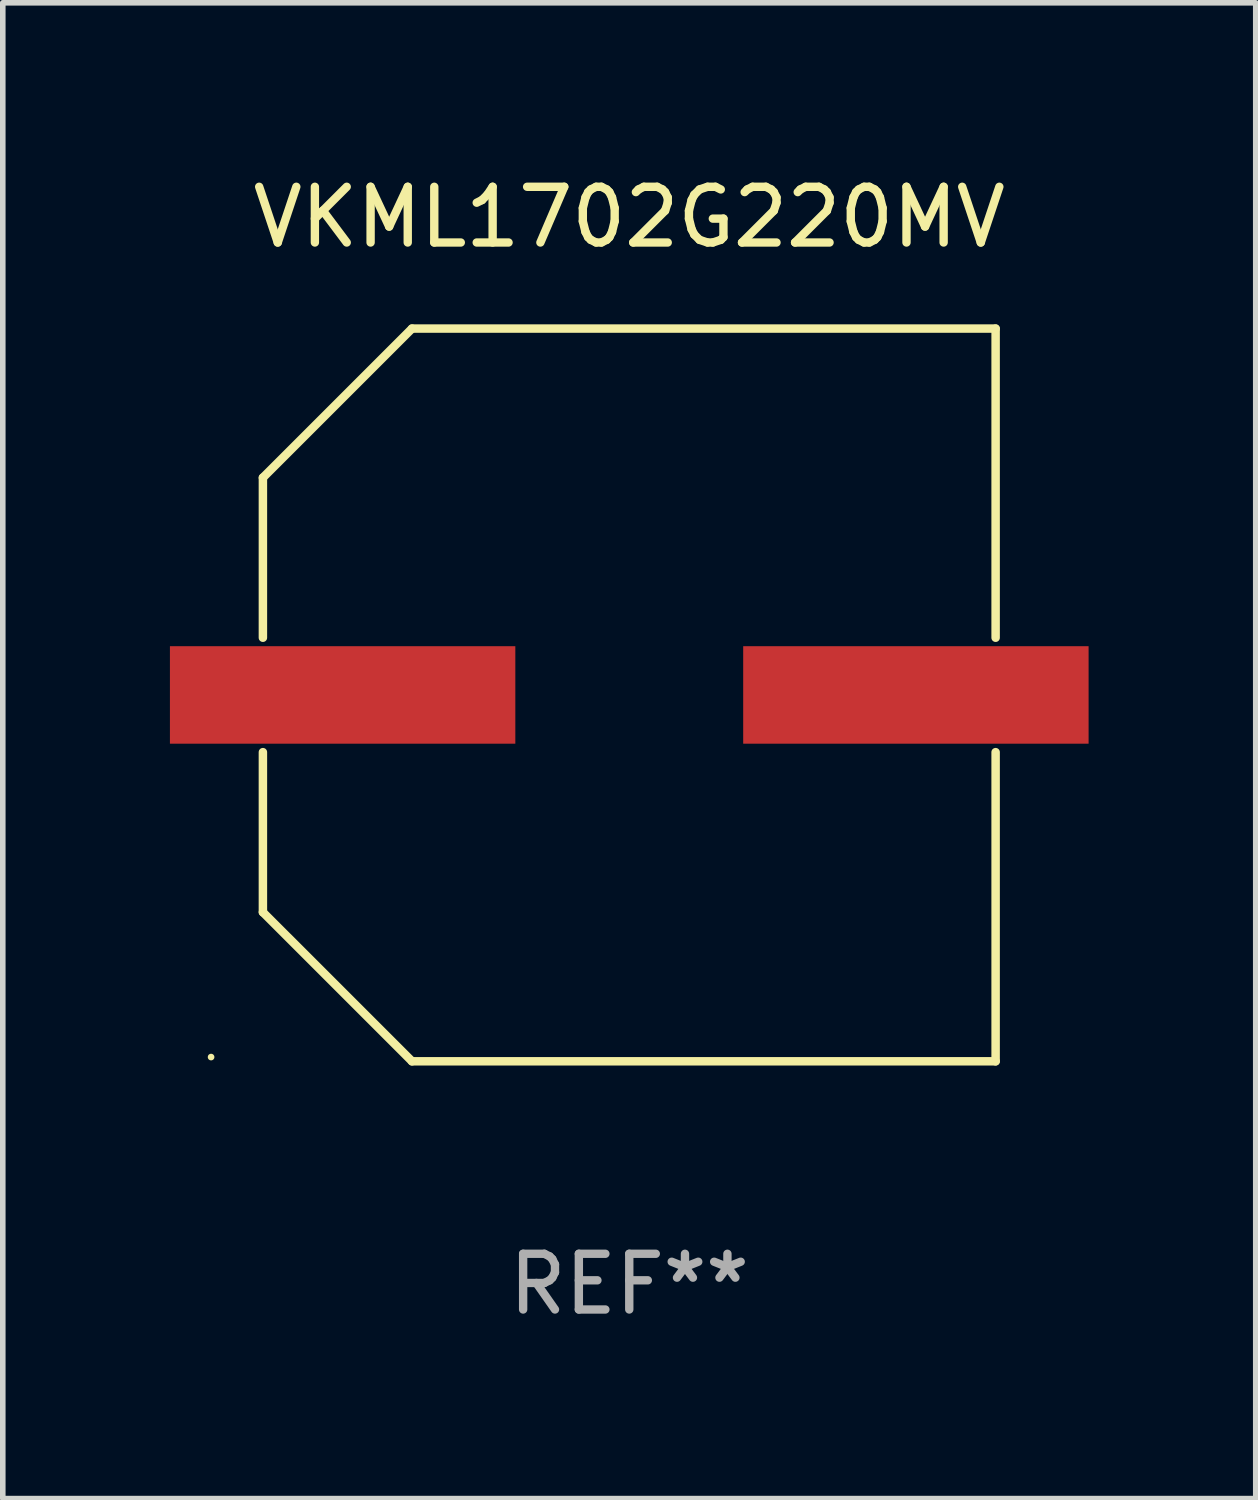
<source format=kicad_pcb>
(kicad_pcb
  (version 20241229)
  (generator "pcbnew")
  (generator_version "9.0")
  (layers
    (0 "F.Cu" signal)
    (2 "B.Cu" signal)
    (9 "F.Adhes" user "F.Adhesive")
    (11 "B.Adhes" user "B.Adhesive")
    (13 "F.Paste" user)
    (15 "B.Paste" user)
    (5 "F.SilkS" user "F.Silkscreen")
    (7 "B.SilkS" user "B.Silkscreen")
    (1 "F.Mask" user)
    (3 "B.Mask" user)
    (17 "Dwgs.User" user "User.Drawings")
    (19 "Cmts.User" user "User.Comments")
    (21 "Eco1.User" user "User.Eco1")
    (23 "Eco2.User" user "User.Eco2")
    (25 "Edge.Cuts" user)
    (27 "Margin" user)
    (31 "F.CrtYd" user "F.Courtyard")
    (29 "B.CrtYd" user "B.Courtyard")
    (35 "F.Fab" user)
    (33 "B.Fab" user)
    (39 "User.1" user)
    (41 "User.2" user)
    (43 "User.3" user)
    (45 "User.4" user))
  (footprint "VKML1702G220MV"
    (layer "F.Cu")
    (at 8.245 9.424)
    (property "Reference" "VKML1702G220MV" (at 0 -8.576 0) (layer "F.SilkS") (effects (font (size 1 1) (thickness 0.15))))
    (attr through_hole)
    (fp_line (start -6.576 -3.9) (end -6.576 -1.027) (stroke (width 0.152) (type solid)) (layer "F.SilkS"))
    (fp_line (start -6.576 3.9) (end -6.576 1.027) (stroke (width 0.152) (type solid)) (layer "F.SilkS"))
    (fp_line (start -3.9 -6.576) (end -6.576 -3.9) (stroke (width 0.152) (type solid)) (layer "F.SilkS"))
    (fp_line (start -3.9 6.576) (end -6.576 3.9) (stroke (width 0.152) (type solid)) (layer "F.SilkS"))
    (fp_line (start 6.576 -6.576) (end -3.9 -6.576) (stroke (width 0.152) (type solid)) (layer "F.SilkS"))
    (fp_line (start 6.576 -1.027) (end 6.576 -6.576) (stroke (width 0.152) (type solid)) (layer "F.SilkS"))
    (fp_line (start 6.576 1.027) (end 6.576 6.576) (stroke (width 0.152) (type solid)) (layer "F.SilkS"))
    (fp_line (start 6.576 6.576) (end -3.9 6.576) (stroke (width 0.152) (type solid)) (layer "F.SilkS"))
    (fp_circle (center -7.506 6.5) (end -7.476 6.5) (stroke (width 0.06) (type solid)) (fill no) (layer "F.SilkS"))
    (fp_text user "REF**" (at 0 10.576 0) (layer "F.Fab") (effects (font (size 1 1) (thickness 0.15))))
    (pad "1" smd rect (at -5.145 0) (size 6.2 1.75) (layers "F.Cu" "F.Mask" "F.Paste"))
    (pad "2" smd rect (at 5.145 0) (size 6.2 1.75) (layers "F.Cu" "F.Mask" "F.Paste")))
  (gr_rect
    (start -3 -3)
    (end 19.49 23.849)
    (stroke (width 0.1) (type default))
    (fill no)
    (layer "Edge.Cuts")))
</source>
